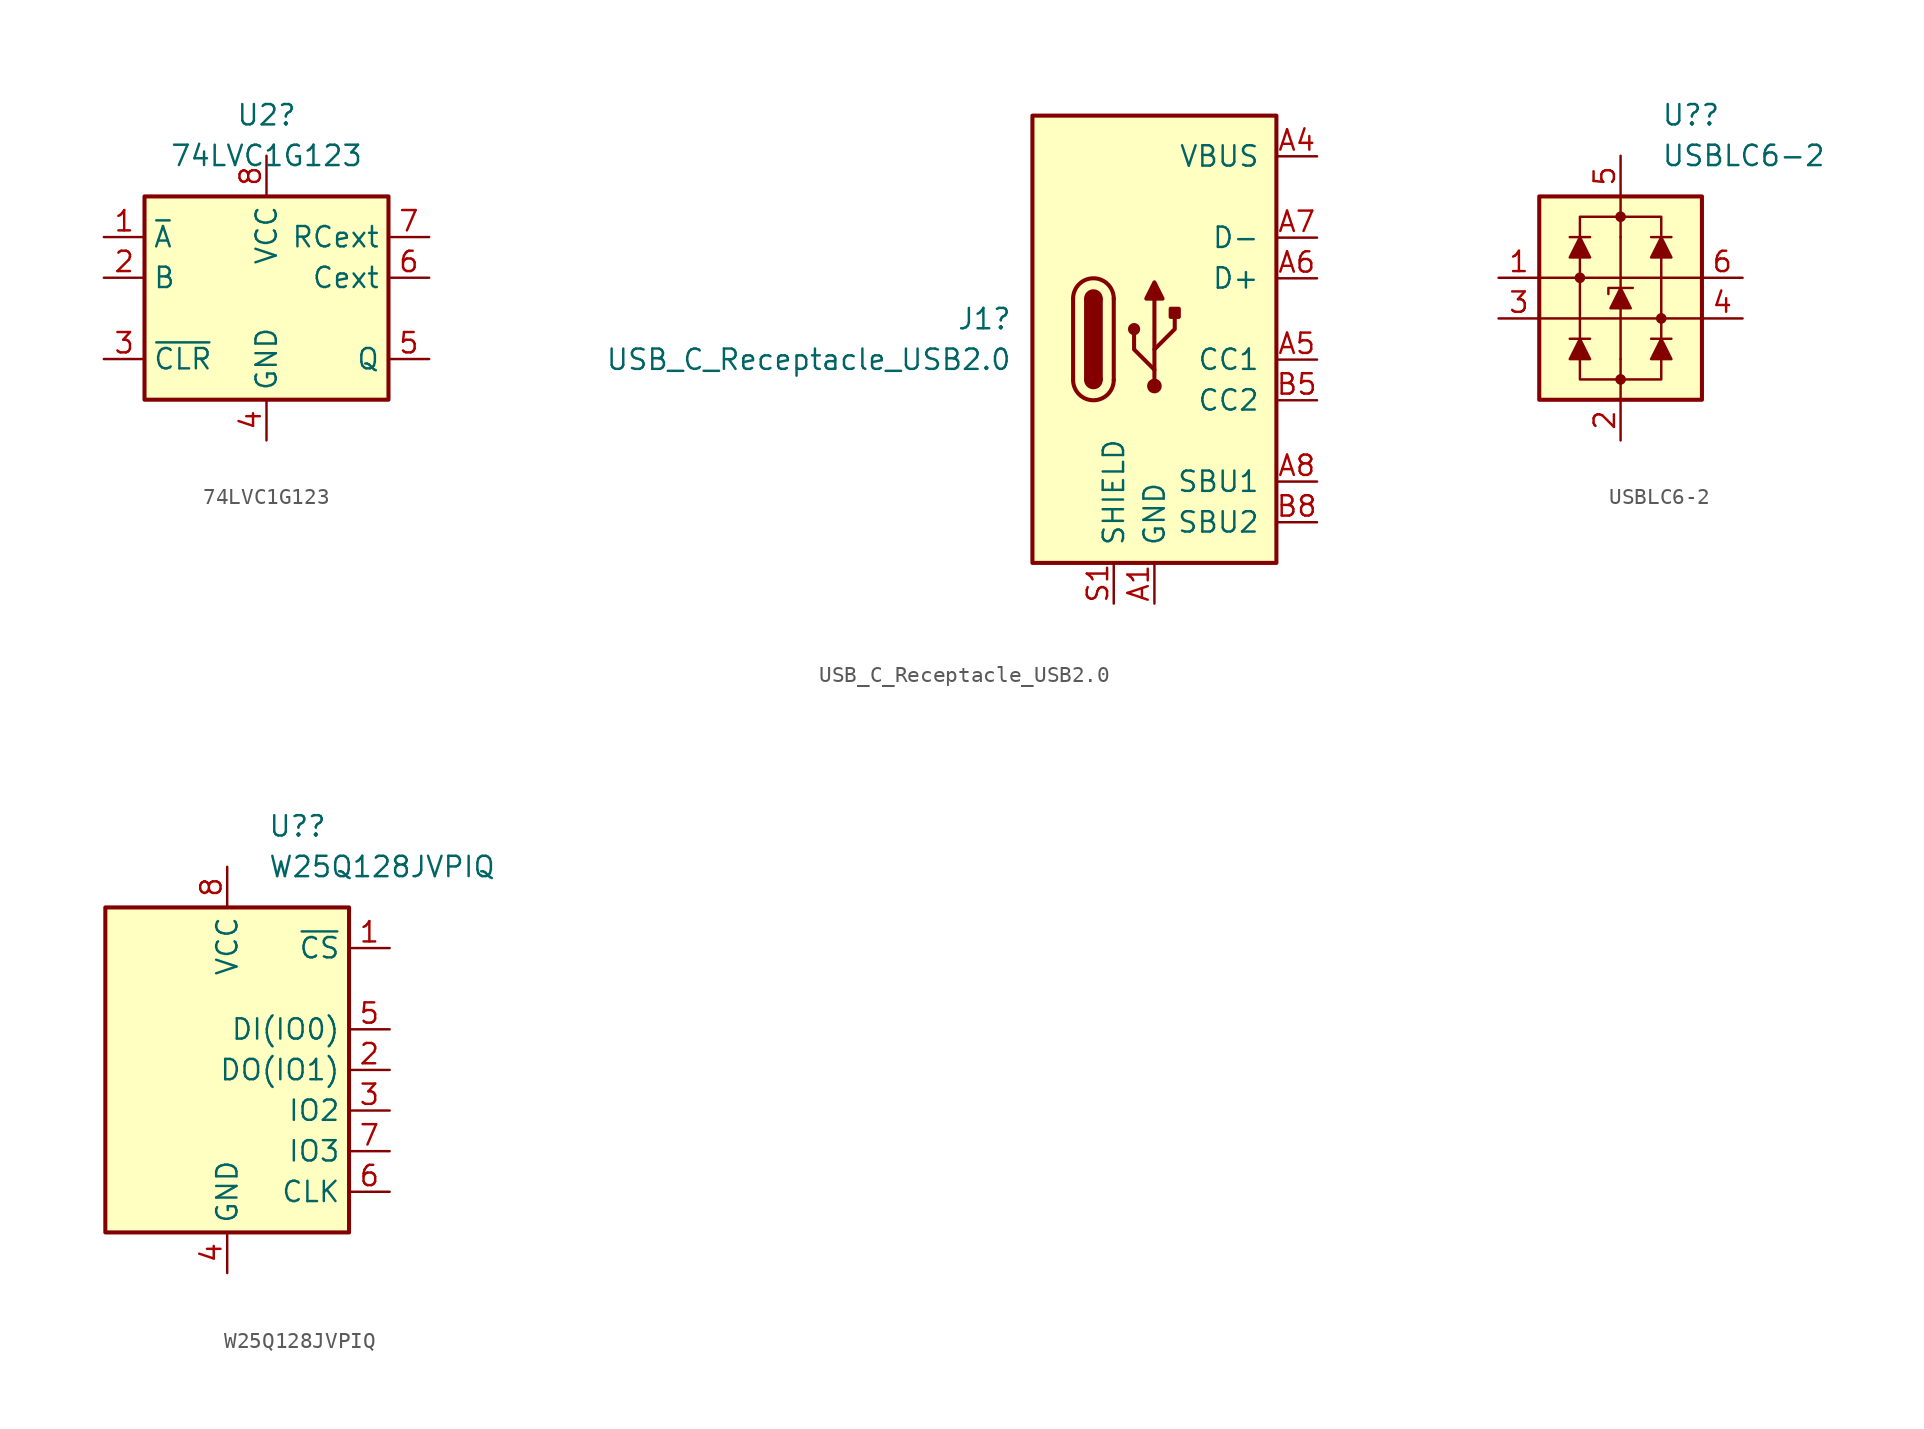
<source format=kicad_sym>
(kicad_symbol_lib
  (version 20220914)
  (generator kicad_symbol_editor)
  (symbol "74LVC1G123"
    (property "Reference" "U2"
      (at 0 11.43 0)
      (effects (font (size 1.27 1.27))))
    (property "Value" "74LVC1G123"
      (at 0 8.89 0)
      (effects (font (size 1.27 1.27))))
    (symbol "74LVC1G123_1_0"
      (pin power_in line (at 0 -8.89 90) (length 2.54) (name "GND" (effects (font (size 1.27 1.27)))) (number "4" (effects (font (size 1.27 1.27)))))
      (pin power_in line (at 0 8.89 270) (length 2.54) (name "VCC" (effects (font (size 1.27 1.27)))) (number "8" (effects (font (size 1.27 1.27))))))
    (symbol "74LVC1G123_1_1"
      (rectangle (start -7.62 6.35) (end 7.62 -6.35) (stroke (width 0.254) (type default)) (fill (type background)))
      (pin input line (at -10.16 3.81 0) (length 2.54) (name "~{A}" (effects (font (size 1.27 1.27)))) (number "1" (effects (font (size 1.27 1.27)))))
      (pin input line (at -10.16 1.27 0) (length 2.54) (name "B" (effects (font (size 1.27 1.27)))) (number "2" (effects (font (size 1.27 1.27)))))
      (pin input line (at -10.16 -3.81 0) (length 2.54) (name "~{CLR}" (effects (font (size 1.27 1.27)))) (number "3" (effects (font (size 1.27 1.27)))))
      (pin output line (at 10.16 -3.81 180) (length 2.54) (name "Q" (effects (font (size 1.27 1.27)))) (number "5" (effects (font (size 1.27 1.27)))))
      (pin input line (at 10.16 1.27 180) (length 2.54) (name "Cext" (effects (font (size 1.27 1.27)))) (number "6" (effects (font (size 1.27 1.27)))))
      (pin input line (at 10.16 3.81 180) (length 2.54) (name "RCext" (effects (font (size 1.27 1.27)))) (number "7" (effects (font (size 1.27 1.27)))))))
  (symbol "USB_C_Receptacle_USB2.0"
    (pin_names
      (offset 1.016))
    (property "Reference" "J1"
      (at -8.89 1.27 0)
      (effects (font (size 1.27 1.27)) (justify right)))
    (property "Value" "USB_C_Receptacle_USB2.0"
      (at -8.89 -1.27 0)
      (effects (font (size 1.27 1.27)) (justify right)))
    (symbol "USB_C_Receptacle_USB2.0_0_1"
      (rectangle (start -7.62 13.97) (end 7.62 -13.97) (stroke (width 0.254) (type default)) (fill (type background)))
      (circle (center -1.27 0.635) (radius 0.254) (stroke (width 0.254) (type default)) (fill (type outline)))
      (circle (center 0 -2.921) (radius 0.381) (stroke (width 0) (type default)) (fill (type outline)))
      (polyline (pts (xy -0.508 2.54) (xy 0 3.556) (xy 0.508 2.54) (xy -0.508 2.54)) (stroke (width 0.254) (type default)) (fill (type outline)))
      (rectangle (start 1.016 1.905) (end 1.524 1.397) (stroke (width 0.254) (type default)) (fill (type outline))))
    (symbol "USB_C_Receptacle_USB2.0_1_1"
      (arc (start -5.08 -2.54) (mid -3.81 -3.8045) (end -2.54 -2.54) (stroke (width 0.254) (type default)) (fill (type none)))
      (rectangle (start -4.318 2.54) (end -3.302 -2.54) (stroke (width 0) (type default)) (fill (type outline)))
      (circle (center -3.81 -2.54) (radius 0.508) (stroke (width 0) (type default)) (fill (type outline)))
      (circle (center -3.81 2.54) (radius 0.508) (stroke (width 0) (type default)) (fill (type outline)))
      (arc (start -2.54 2.54) (mid -3.81 3.8045) (end -5.08 2.54) (stroke (width 0.254) (type default)) (fill (type none)))
      (polyline (pts (xy -5.08 -2.54) (xy -5.08 2.54)) (stroke (width 0.254) (type default)) (fill (type none)))
      (polyline (pts (xy -2.54 2.54) (xy -2.54 -2.54)) (stroke (width 0.254) (type default)) (fill (type none)))
      (polyline (pts (xy 0 -2.54) (xy 0 2.54)) (stroke (width 0.254) (type default)) (fill (type none)))
      (polyline (pts (xy 0 -1.905) (xy -1.27 -0.635) (xy -1.27 0.635)) (stroke (width 0.254) (type default)) (fill (type none)))
      (polyline (pts (xy 0 -0.635) (xy 1.27 0.635) (xy 1.27 1.27)) (stroke (width 0.254) (type default)) (fill (type none)))
      (pin passive line (at 0 -16.51 90) (length 2.54) (name "GND" (effects (font (size 1.27 1.27)))) (number "A1" (effects (font (size 1.27 1.27)))))
      (pin passive line (at 0 -16.51 90) (length 2.54) hide (name "GND" (effects (font (size 1.27 1.27)))) (number "A12" (effects (font (size 1.27 1.27)))))
      (pin passive line (at 10.16 11.43 180) (length 2.54) (name "VBUS" (effects (font (size 1.27 1.27)))) (number "A4" (effects (font (size 1.27 1.27)))))
      (pin bidirectional line (at 10.16 -1.27 180) (length 2.54) (name "CC1" (effects (font (size 1.27 1.27)))) (number "A5" (effects (font (size 1.27 1.27)))))
      (pin bidirectional line (at 10.16 3.81 180) (length 2.54) (name "D+" (effects (font (size 1.27 1.27)))) (number "A6" (effects (font (size 1.27 1.27)))))
      (pin bidirectional line (at 10.16 6.35 180) (length 2.54) (name "D-" (effects (font (size 1.27 1.27)))) (number "A7" (effects (font (size 1.27 1.27)))))
      (pin bidirectional line (at 10.16 -8.89 180) (length 2.54) (name "SBU1" (effects (font (size 1.27 1.27)))) (number "A8" (effects (font (size 1.27 1.27)))))
      (pin passive line (at 10.16 11.43 180) (length 2.54) hide (name "VBUS" (effects (font (size 1.27 1.27)))) (number "A9" (effects (font (size 1.27 1.27)))))
      (pin passive line (at 0 -16.51 90) (length 2.54) hide (name "GND" (effects (font (size 1.27 1.27)))) (number "B1" (effects (font (size 1.27 1.27)))))
      (pin passive line (at 0 -16.51 90) (length 2.54) hide (name "GND" (effects (font (size 1.27 1.27)))) (number "B12" (effects (font (size 1.27 1.27)))))
      (pin passive line (at 10.16 11.43 180) (length 2.54) hide (name "VBUS" (effects (font (size 1.27 1.27)))) (number "B4" (effects (font (size 1.27 1.27)))))
      (pin bidirectional line (at 10.16 -3.81 180) (length 2.54) (name "CC2" (effects (font (size 1.27 1.27)))) (number "B5" (effects (font (size 1.27 1.27)))))
      (pin bidirectional line (at 10.16 3.81 180) (length 2.54) hide (name "D+" (effects (font (size 1.27 1.27)))) (number "B6" (effects (font (size 1.27 1.27)))))
      (pin bidirectional line (at 10.16 6.35 180) (length 2.54) hide (name "D-" (effects (font (size 1.27 1.27)))) (number "B7" (effects (font (size 1.27 1.27)))))
      (pin bidirectional line (at 10.16 -11.43 180) (length 2.54) (name "SBU2" (effects (font (size 1.27 1.27)))) (number "B8" (effects (font (size 1.27 1.27)))))
      (pin passive line (at 10.16 11.43 180) (length 2.54) hide (name "VBUS" (effects (font (size 1.27 1.27)))) (number "B9" (effects (font (size 1.27 1.27)))))
      (pin passive line (at -2.54 -16.51 90) (length 2.54) (name "SHIELD" (effects (font (size 1.27 1.27)))) (number "S1" (effects (font (size 1.27 1.27)))))))
  (symbol "USBLC6-2"
    (pin_names hide)
    (property "Reference" "U?"
      (at 2.54 11.43 0)
      (effects (font (size 1.27 1.27)) (justify left)))
    (property "Value" "USBLC6-2"
      (at 2.54 8.89 0)
      (effects (font (size 1.27 1.27)) (justify left)))
    (symbol "USBLC6-2_0_1"
      (rectangle (start -5.08 6.35) (end 5.08 -6.35) (stroke (width 0.254) (type default)) (fill (type background)))
      (circle (center -2.54 1.27) (radius 0.254) (stroke (width 0) (type default)) (fill (type outline)))
      (rectangle (start -2.54 5.08) (end 2.54 -5.08) (stroke (width 0) (type default)) (fill (type none)))
      (circle (center 0 -5.08) (radius 0.254) (stroke (width 0) (type default)) (fill (type outline)))
      (polyline (pts (xy -5.08 1.27) (xy -2.54 1.27)) (stroke (width 0) (type default)) (fill (type none)))
      (polyline (pts (xy -2.54 1.27) (xy 5.08 1.27)) (stroke (width 0) (type default)) (fill (type none)))
      (polyline (pts (xy -1.905 -2.54) (xy -3.175 -2.54)) (stroke (width 0) (type default)) (fill (type none)))
      (polyline (pts (xy -1.905 3.81) (xy -3.175 3.81)) (stroke (width 0) (type default)) (fill (type none)))
      (polyline (pts (xy 0 -6.35) (xy 0 -3.81)) (stroke (width 0) (type default)) (fill (type none)))
      (polyline (pts (xy 0 -3.81) (xy 0 3.81)) (stroke (width 0) (type default)) (fill (type none)))
      (polyline (pts (xy 0 3.81) (xy 0 6.35)) (stroke (width 0) (type default)) (fill (type none)))
      (polyline (pts (xy 2.54 -1.27) (xy -5.08 -1.27)) (stroke (width 0) (type default)) (fill (type none)))
      (polyline (pts (xy 3.175 -2.54) (xy 1.905 -2.54)) (stroke (width 0) (type default)) (fill (type none)))
      (polyline (pts (xy 3.175 3.81) (xy 1.905 3.81)) (stroke (width 0) (type default)) (fill (type none)))
      (polyline (pts (xy 5.08 -1.27) (xy 2.54 -1.27)) (stroke (width 0) (type default)) (fill (type none)))
      (polyline (pts (xy 0.762 0.635) (xy -0.762 0.635) (xy -0.762 0.254)) (stroke (width 0) (type default)) (fill (type none)))
      (polyline (pts (xy -3.175 -3.81) (xy -1.905 -3.81) (xy -2.54 -2.54) (xy -3.175 -3.81)) (stroke (width 0) (type default)) (fill (type outline)))
      (polyline (pts (xy -3.175 2.54) (xy -1.905 2.54) (xy -2.54 3.81) (xy -3.175 2.54)) (stroke (width 0) (type default)) (fill (type outline)))
      (polyline (pts (xy -0.635 -0.635) (xy 0.635 -0.635) (xy 0 0.635) (xy -0.635 -0.635)) (stroke (width 0) (type default)) (fill (type outline)))
      (polyline (pts (xy 1.905 -3.81) (xy 3.175 -3.81) (xy 2.54 -2.54) (xy 1.905 -3.81)) (stroke (width 0) (type default)) (fill (type outline)))
      (polyline (pts (xy 1.905 2.54) (xy 3.175 2.54) (xy 2.54 3.81) (xy 1.905 2.54)) (stroke (width 0) (type default)) (fill (type outline)))
      (circle (center 0 5.08) (radius 0.254) (stroke (width 0) (type default)) (fill (type outline)))
      (circle (center 2.54 -1.27) (radius 0.254) (stroke (width 0) (type default)) (fill (type outline))))
    (symbol "USBLC6-2_1_1"
      (pin passive line (at -7.62 1.27 0) (length 2.54) (name "I/O1" (effects (font (size 1.27 1.27)))) (number "1" (effects (font (size 1.27 1.27)))))
      (pin passive line (at 0 -8.89 90) (length 2.54) (name "GND" (effects (font (size 1.27 1.27)))) (number "2" (effects (font (size 1.27 1.27)))))
      (pin passive line (at -7.62 -1.27 0) (length 2.54) (name "I/O2" (effects (font (size 1.27 1.27)))) (number "3" (effects (font (size 1.27 1.27)))))
      (pin passive line (at 7.62 -1.27 180) (length 2.54) (name "I/O2" (effects (font (size 1.27 1.27)))) (number "4" (effects (font (size 1.27 1.27)))))
      (pin passive line (at 0 8.89 270) (length 2.54) (name "VBUS" (effects (font (size 1.27 1.27)))) (number "5" (effects (font (size 1.27 1.27)))))
      (pin passive line (at 7.62 1.27 180) (length 2.54) (name "I/O1" (effects (font (size 1.27 1.27)))) (number "6" (effects (font (size 1.27 1.27)))))))
  (symbol "W25Q128JVPIQ"
    (property "Reference" "U?"
      (at 2.54 15.24 0)
      (effects (font (size 1.27 1.27)) (justify left)))
    (property "Value" "W25Q128JVPIQ"
      (at 2.54 12.7 0)
      (effects (font (size 1.27 1.27)) (justify left)))
    (symbol "W25Q128JVPIQ_0_1"
      (rectangle (start -7.62 10.16) (end 7.62 -10.16) (stroke (width 0.254) (type default)) (fill (type background))))
    (symbol "W25Q128JVPIQ_1_1"
      (pin input line (at 10.16 7.62 180) (length 2.54) (name "~{CS}" (effects (font (size 1.27 1.27)))) (number "1" (effects (font (size 1.27 1.27)))))
      (pin bidirectional line (at 10.16 0 180) (length 2.54) (name "DO(IO1)" (effects (font (size 1.27 1.27)))) (number "2" (effects (font (size 1.27 1.27)))))
      (pin bidirectional line (at 10.16 -2.54 180) (length 2.54) (name "IO2" (effects (font (size 1.27 1.27)))) (number "3" (effects (font (size 1.27 1.27)))))
      (pin power_in line (at 0 -12.7 90) (length 2.54) (name "GND" (effects (font (size 1.27 1.27)))) (number "4" (effects (font (size 1.27 1.27)))))
      (pin bidirectional line (at 10.16 2.54 180) (length 2.54) (name "DI(IO0)" (effects (font (size 1.27 1.27)))) (number "5" (effects (font (size 1.27 1.27)))))
      (pin input line (at 10.16 -7.62 180) (length 2.54) (name "CLK" (effects (font (size 1.27 1.27)))) (number "6" (effects (font (size 1.27 1.27)))))
      (pin bidirectional line (at 10.16 -5.08 180) (length 2.54) (name "IO3" (effects (font (size 1.27 1.27)))) (number "7" (effects (font (size 1.27 1.27)))))
      (pin power_in line (at 0 12.7 270) (length 2.54) (name "VCC" (effects (font (size 1.27 1.27)))) (number "8" (effects (font (size 1.27 1.27)))))
      (pin passive line (at 0 -12.7 90) (length 2.54) hide (name "EP" (effects (font (size 1.27 1.27)))) (number "9" (effects (font (size 1.27 1.27))))))))
</source>
